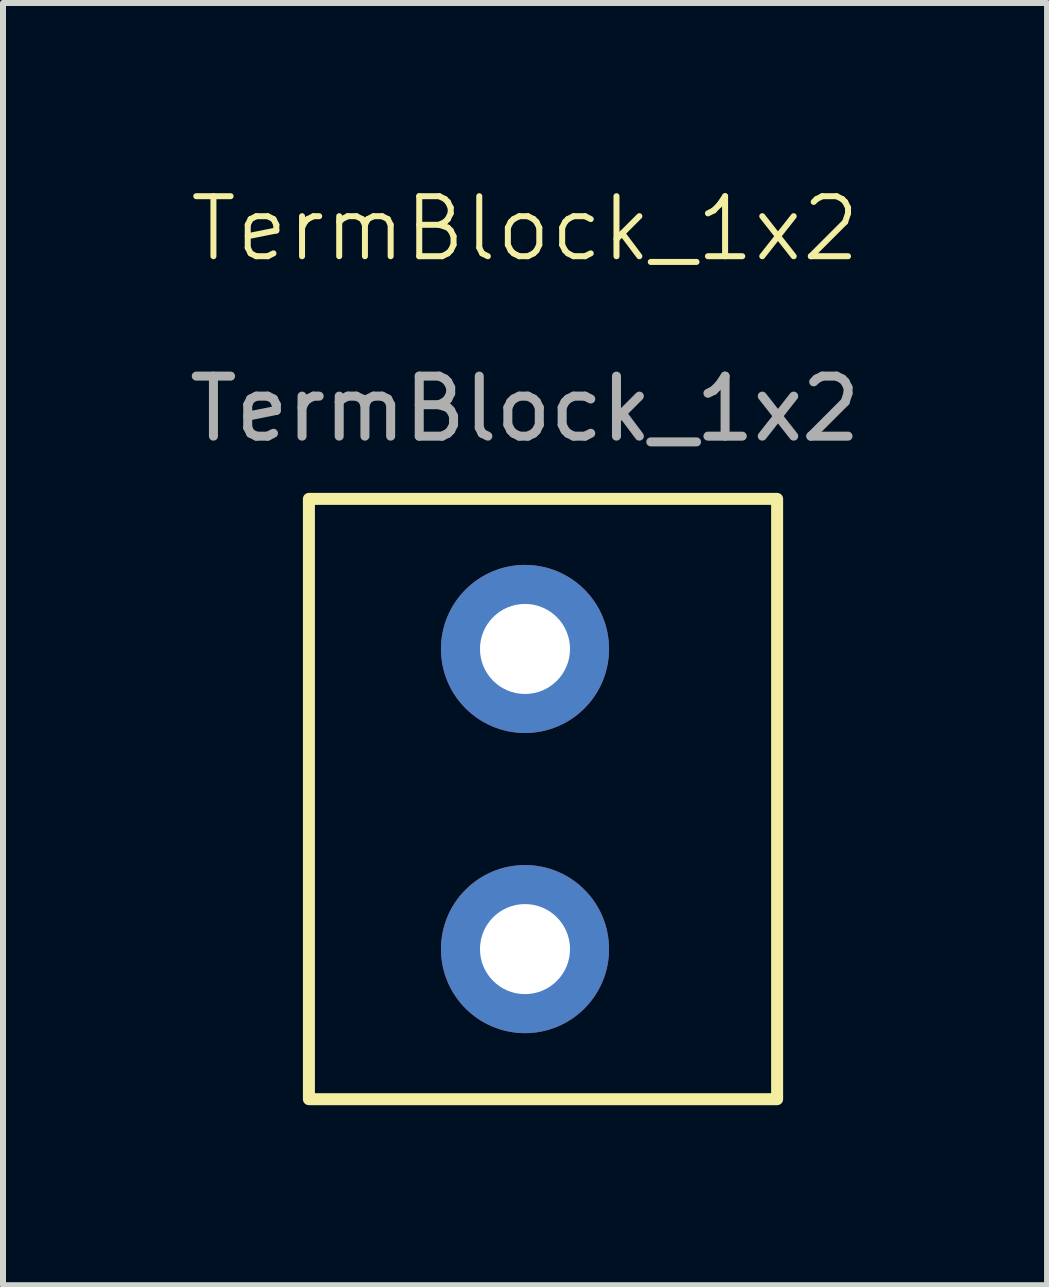
<source format=kicad_pcb>
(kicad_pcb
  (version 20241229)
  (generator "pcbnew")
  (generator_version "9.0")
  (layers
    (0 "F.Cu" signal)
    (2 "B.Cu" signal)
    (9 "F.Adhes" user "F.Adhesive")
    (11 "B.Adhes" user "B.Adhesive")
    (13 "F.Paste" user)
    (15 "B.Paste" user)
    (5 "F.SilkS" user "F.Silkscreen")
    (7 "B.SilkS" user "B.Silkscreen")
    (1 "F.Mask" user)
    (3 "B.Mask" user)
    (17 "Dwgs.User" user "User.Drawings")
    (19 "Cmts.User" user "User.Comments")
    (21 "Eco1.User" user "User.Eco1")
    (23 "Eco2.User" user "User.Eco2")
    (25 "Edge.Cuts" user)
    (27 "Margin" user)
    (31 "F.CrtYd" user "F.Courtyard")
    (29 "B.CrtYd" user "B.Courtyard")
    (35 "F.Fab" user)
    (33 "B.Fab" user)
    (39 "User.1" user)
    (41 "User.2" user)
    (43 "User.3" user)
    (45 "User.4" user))
  (footprint "TermBlock_1x2"
    (layer "F.Cu")
    (at 5.696 5.261)
    (property "Reference" "TermBlock_1x2" (at 0 -4.5 0) (unlocked yes) (layer "F.SilkS") (effects (font (size 1 1) (thickness 0.1))))
    (attr through_hole)
    (fp_rect (start -3.6 0) (end 4.2 10) (stroke (width 0.2) (type default)) (fill no) (layer "F.SilkS"))
    (fp_text user "${REFERENCE}" (at 0 -1.5 0) (unlocked yes) (layer "F.Fab") (effects (font (size 1 1) (thickness 0.15))))
    (pad "1" thru_hole circle (at 0 2.5) (size 2.8 2.8) (drill 1.5) (layers "*.Cu" "*.Mask"))
    (pad "2" thru_hole circle (at 0 7.5) (size 2.8 2.8) (drill 1.5) (layers "*.Cu" "*.Mask")))
  (gr_rect
    (start -3 -3)
    (end 14.393 18.36)
    (stroke (width 0.1) (type default))
    (fill no)
    (layer "Edge.Cuts")))
</source>
